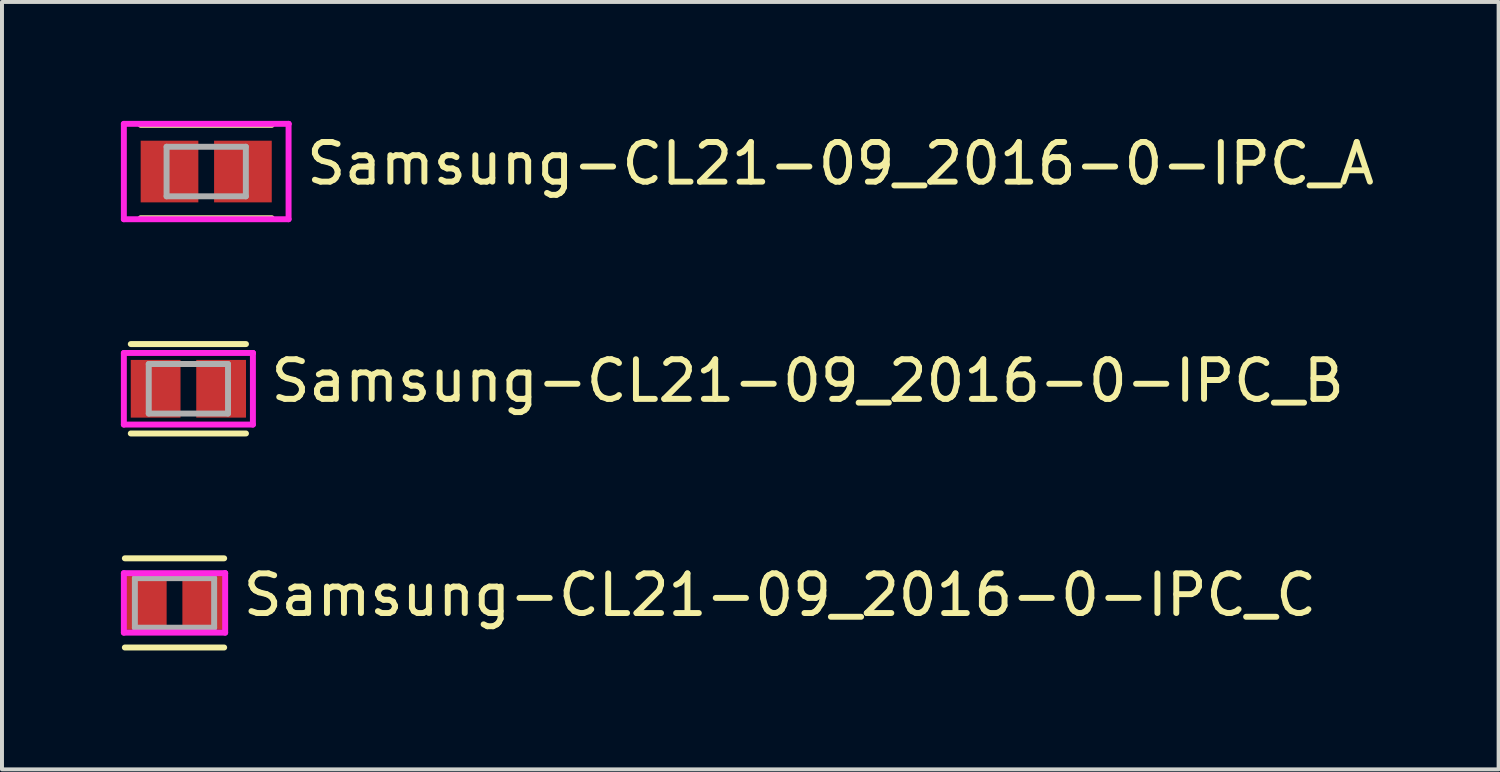
<source format=kicad_pcb>
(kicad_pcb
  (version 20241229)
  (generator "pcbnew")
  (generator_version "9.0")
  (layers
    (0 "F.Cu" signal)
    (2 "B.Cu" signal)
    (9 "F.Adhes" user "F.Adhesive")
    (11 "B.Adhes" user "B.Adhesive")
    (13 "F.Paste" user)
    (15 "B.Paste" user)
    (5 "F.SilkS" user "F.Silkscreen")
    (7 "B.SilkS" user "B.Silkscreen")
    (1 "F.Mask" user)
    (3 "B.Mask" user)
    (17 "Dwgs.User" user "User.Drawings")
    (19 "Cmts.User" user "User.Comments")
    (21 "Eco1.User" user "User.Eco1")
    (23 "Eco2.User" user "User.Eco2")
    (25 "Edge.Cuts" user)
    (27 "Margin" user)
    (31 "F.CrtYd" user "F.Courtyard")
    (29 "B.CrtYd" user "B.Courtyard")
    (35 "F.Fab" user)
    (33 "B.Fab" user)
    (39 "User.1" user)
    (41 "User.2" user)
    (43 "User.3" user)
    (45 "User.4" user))
  (footprint "Samsung-CL21-09_2016-0-IPC_A"
    (layer "F.Cu")
    (at 2.153 1.278)
    (property "Reference" "Samsung-CL21-09_2016-0-IPC_A" (at 2.453 -0.2 0) (layer "F.SilkS") (effects (font (size 1 1) (thickness 0.15)) (justify left)))
    (attr through_hole)
    (fp_line (start -1.653 -1.178) (end 1.653 -1.178) (stroke (width 0.15) (type solid)) (layer "F.SilkS"))
    (fp_line (start -1.653 1.178) (end 1.653 1.178) (stroke (width 0.15) (type solid)) (layer "F.SilkS"))
    (fp_line (start -2.078 -1.203) (end -2.078 1.203) (stroke (width 0.15) (type solid)) (layer "F.CrtYd"))
    (fp_line (start -2.078 1.203) (end 2.078 1.203) (stroke (width 0.15) (type solid)) (layer "F.CrtYd"))
    (fp_line (start 2.078 -1.203) (end -2.078 -1.203) (stroke (width 0.15) (type solid)) (layer "F.CrtYd"))
    (fp_line (start 2.078 -1.203) (end 2.078 -1.203) (stroke (width 0.15) (type solid)) (layer "F.CrtYd"))
    (fp_line (start 2.078 1.203) (end 2.078 -1.203) (stroke (width 0.15) (type solid)) (layer "F.CrtYd"))
    (fp_line (start -1 -0.625) (end 1 -0.625) (stroke (width 0.15) (type solid)) (layer "F.Fab"))
    (fp_line (start -1 0.625) (end -1 -0.625) (stroke (width 0.15) (type solid)) (layer "F.Fab"))
    (fp_line (start 1 -0.625) (end 1 0.625) (stroke (width 0.15) (type solid)) (layer "F.Fab"))
    (fp_line (start 1 0.625) (end -1 0.625) (stroke (width 0.15) (type solid)) (layer "F.Fab"))
    (pad "1" smd rect (at -0.926 0.000001) (size 1.455 1.556) (layers "F.Cu" "F.Mask" "F.Paste"))
    (pad "2" smd rect (at 0.926 0.000001) (size 1.455 1.556) (layers "F.Cu" "F.Mask" "F.Paste")))
  (footprint "Samsung-CL21-09_2016-0-IPC_B"
    (layer "F.Cu")
    (at 1.703 6.759)
    (property "Reference" "Samsung-CL21-09_2016-0-IPC_B" (at 2.003 -0.2 0) (layer "F.SilkS") (effects (font (size 1 1) (thickness 0.15)) (justify left)))
    (attr through_hole)
    (fp_line (start -1.453 -1.128) (end 1.453 -1.128) (stroke (width 0.15) (type solid)) (layer "F.SilkS"))
    (fp_line (start -1.453 1.128) (end 1.453 1.128) (stroke (width 0.15) (type solid)) (layer "F.SilkS"))
    (fp_line (start -1.628 -0.903) (end -1.628 0.903) (stroke (width 0.15) (type solid)) (layer "F.CrtYd"))
    (fp_line (start -1.628 0.903) (end 1.628 0.903) (stroke (width 0.15) (type solid)) (layer "F.CrtYd"))
    (fp_line (start 1.628 -0.903) (end -1.628 -0.903) (stroke (width 0.15) (type solid)) (layer "F.CrtYd"))
    (fp_line (start 1.628 -0.903) (end 1.628 -0.903) (stroke (width 0.15) (type solid)) (layer "F.CrtYd"))
    (fp_line (start 1.628 0.903) (end 1.628 -0.903) (stroke (width 0.15) (type solid)) (layer "F.CrtYd"))
    (fp_line (start -1 -0.625) (end 1 -0.625) (stroke (width 0.15) (type solid)) (layer "F.Fab"))
    (fp_line (start -1 0.625) (end -1 -0.625) (stroke (width 0.15) (type solid)) (layer "F.Fab"))
    (fp_line (start 1 -0.625) (end 1 0.625) (stroke (width 0.15) (type solid)) (layer "F.Fab"))
    (fp_line (start 1 0.625) (end -1 0.625) (stroke (width 0.15) (type solid)) (layer "F.Fab"))
    (pad "1" smd rect (at -0.826 0.000001) (size 1.255 1.456) (layers "F.Cu" "F.Mask" "F.Paste"))
    (pad "2" smd rect (at 0.826 0.000001) (size 1.255 1.456) (layers "F.Cu" "F.Mask" "F.Paste")))
  (footprint "Samsung-CL21-09_2016-0-IPC_C"
    (layer "F.Cu")
    (at 1.353 12.162)
    (property "Reference" "Samsung-CL21-09_2016-0-IPC_C" (at 1.653 -0.2 0) (layer "F.SilkS") (effects (font (size 1 1) (thickness 0.15)) (justify left)))
    (attr through_hole)
    (fp_line (start -1.253 -1.125) (end 1.253 -1.125) (stroke (width 0.15) (type solid)) (layer "F.SilkS"))
    (fp_line (start -1.253 1.125) (end 1.253 1.125) (stroke (width 0.15) (type solid)) (layer "F.SilkS"))
    (fp_line (start -1.278 -0.75) (end -1.278 0.75) (stroke (width 0.15) (type solid)) (layer "F.CrtYd"))
    (fp_line (start -1.278 0.75) (end 1.278 0.75) (stroke (width 0.15) (type solid)) (layer "F.CrtYd"))
    (fp_line (start 1.278 -0.75) (end -1.278 -0.75) (stroke (width 0.15) (type solid)) (layer "F.CrtYd"))
    (fp_line (start 1.278 -0.75) (end 1.278 -0.75) (stroke (width 0.15) (type solid)) (layer "F.CrtYd"))
    (fp_line (start 1.278 0.75) (end 1.278 -0.75) (stroke (width 0.15) (type solid)) (layer "F.CrtYd"))
    (fp_line (start -1 -0.625) (end 1 -0.625) (stroke (width 0.15) (type solid)) (layer "F.Fab"))
    (fp_line (start -1 0.625) (end -1 -0.625) (stroke (width 0.15) (type solid)) (layer "F.Fab"))
    (fp_line (start 1 -0.625) (end 1 0.625) (stroke (width 0.15) (type solid)) (layer "F.Fab"))
    (fp_line (start 1 0.625) (end -1 0.625) (stroke (width 0.15) (type solid)) (layer "F.Fab"))
    (pad "1" smd rect (at -0.726 0.000001) (size 1.055 1.356) (layers "F.Cu" "F.Mask" "F.Paste"))
    (pad "2" smd rect (at 0.726 0.000001) (size 1.055 1.356) (layers "F.Cu" "F.Mask" "F.Paste")))
  (gr_rect
    (start -3 -3)
    (end 34.761 16.362)
    (stroke (width 0.1) (type default))
    (fill no)
    (layer "Edge.Cuts")))
</source>
